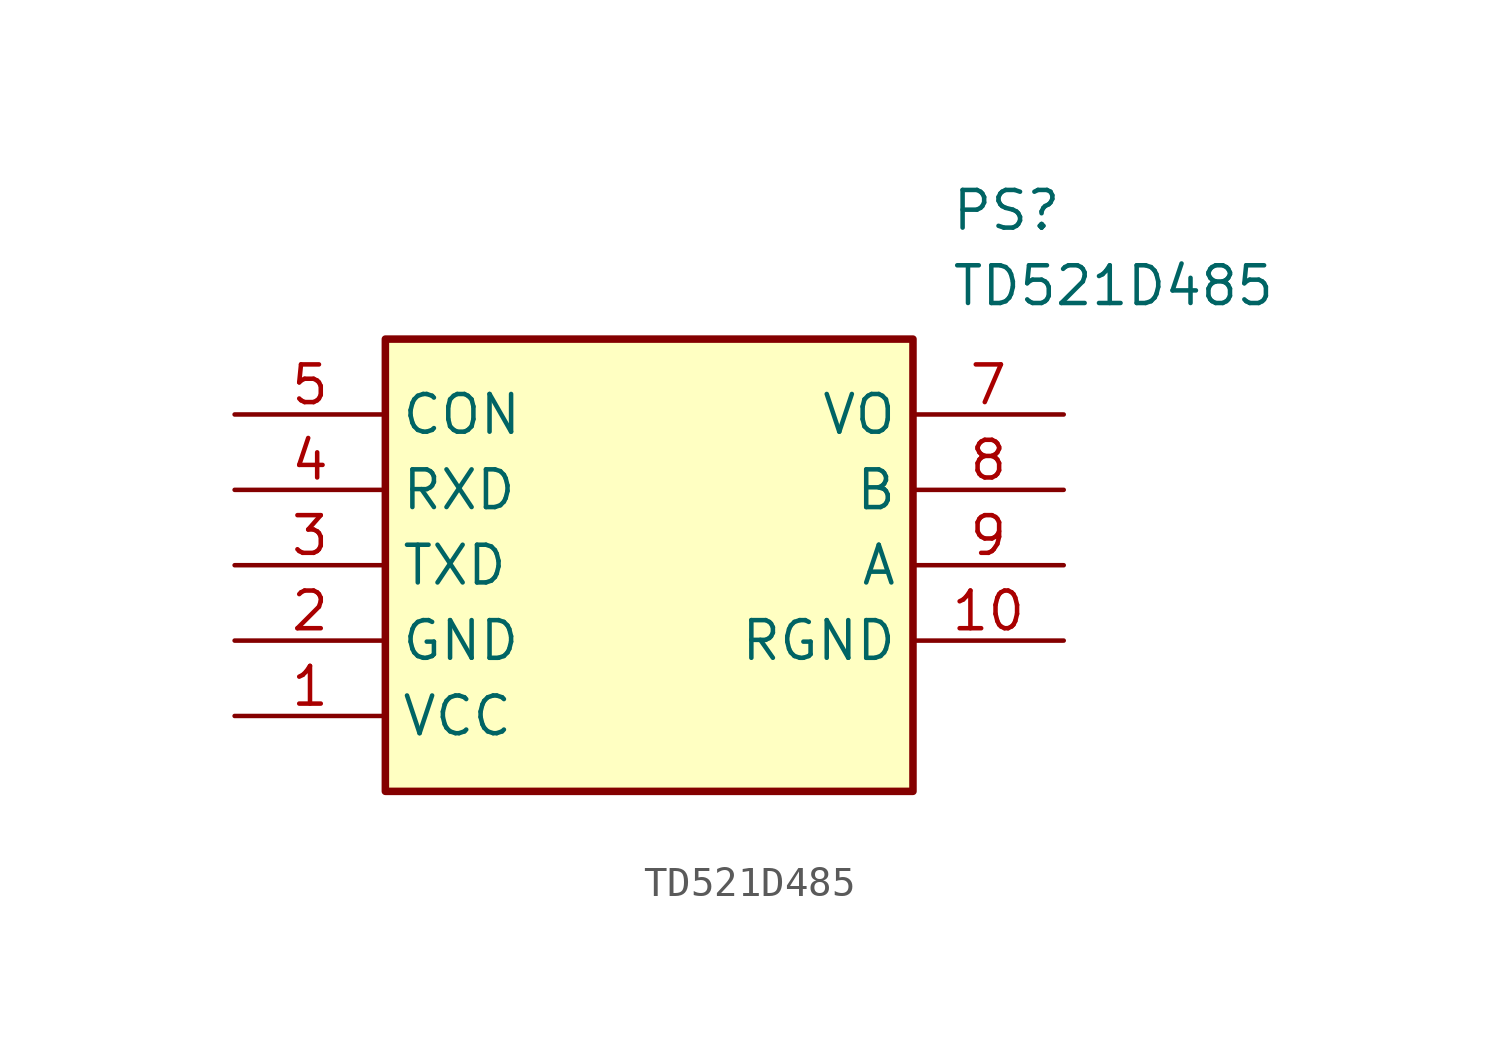
<source format=kicad_sym>
(kicad_symbol_lib
  (version 20211014)
  (generator SamacSys_ECAD_Model)
  (symbol "TD521D485"
    (property "Reference" "PS"
      (at 24.13 7.62 0)
      (effects (font (size 1.27 1.27)) (justify left top)))
    (property "Value" "TD521D485"
      (at 24.13 5.08 0)
      (effects (font (size 1.27 1.27)) (justify left top)))
    (rectangle
      (start 5.08 2.54)
      (end 22.86 -12.7)
      (stroke (width 0.254) (type default))
      (fill (type background)))
    (pin passive line
      (at 0 -10.16 0)
      (length 5.08)
      (name "VCC" (effects (font (size 1.27 1.27))))
      (number "1" (effects (font (size 1.27 1.27)))))
    (pin passive line
      (at 0 -7.62 0)
      (length 5.08)
      (name "GND" (effects (font (size 1.27 1.27))))
      (number "2" (effects (font (size 1.27 1.27)))))
    (pin passive line
      (at 0 -5.08 0)
      (length 5.08)
      (name "TXD" (effects (font (size 1.27 1.27))))
      (number "3" (effects (font (size 1.27 1.27)))))
    (pin passive line
      (at 0 -2.54 0)
      (length 5.08)
      (name "RXD" (effects (font (size 1.27 1.27))))
      (number "4" (effects (font (size 1.27 1.27)))))
    (pin passive line
      (at 0 0 0)
      (length 5.08)
      (name "CON" (effects (font (size 1.27 1.27))))
      (number "5" (effects (font (size 1.27 1.27)))))
    (pin passive line
      (at 27.94 0 180)
      (length 5.08)
      (name "VO" (effects (font (size 1.27 1.27))))
      (number "7" (effects (font (size 1.27 1.27)))))
    (pin passive line
      (at 27.94 -2.54 180)
      (length 5.08)
      (name "B" (effects (font (size 1.27 1.27))))
      (number "8" (effects (font (size 1.27 1.27)))))
    (pin passive line
      (at 27.94 -5.08 180)
      (length 5.08)
      (name "A" (effects (font (size 1.27 1.27))))
      (number "9" (effects (font (size 1.27 1.27)))))
    (pin passive line
      (at 27.94 -7.62 180)
      (length 5.08)
      (name "RGND" (effects (font (size 1.27 1.27))))
      (number "10" (effects (font (size 1.27 1.27)))))))
</source>
